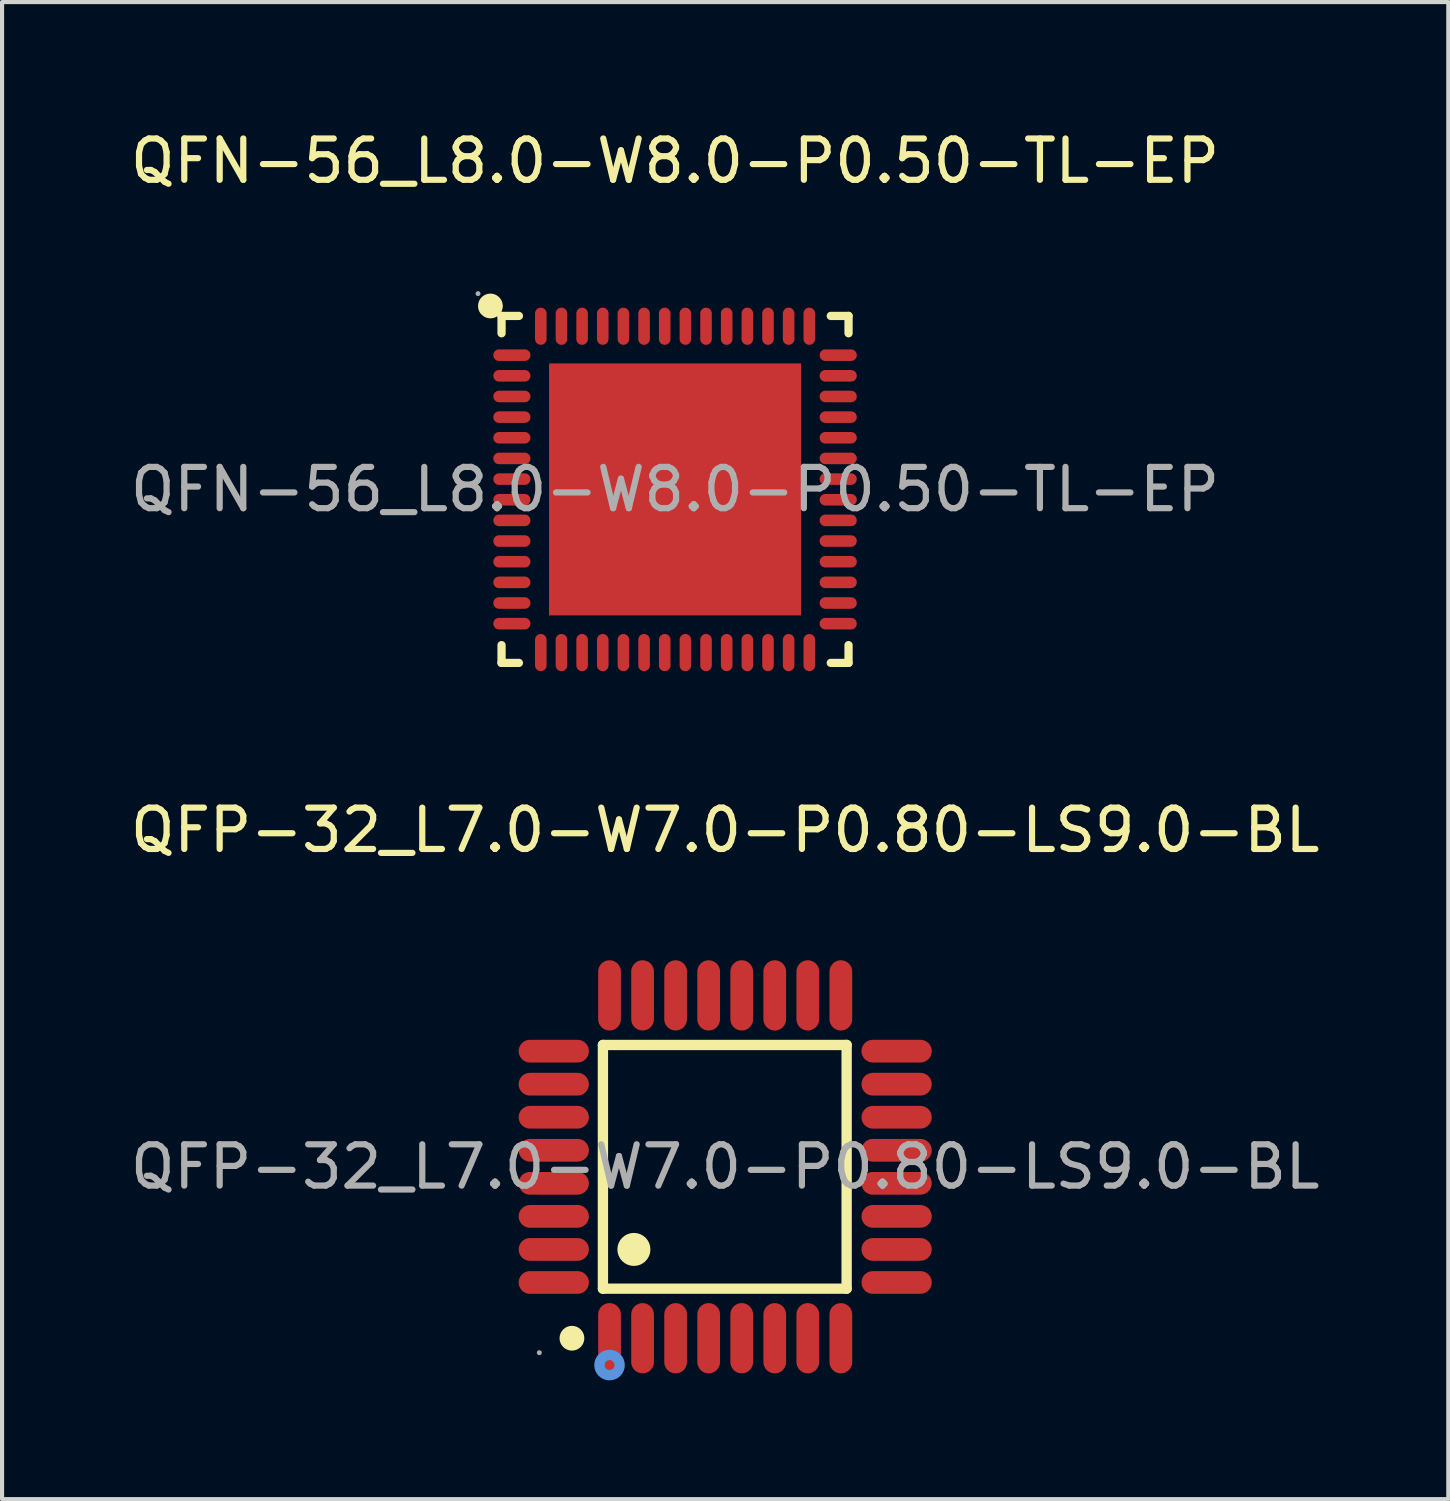
<source format=kicad_pcb>
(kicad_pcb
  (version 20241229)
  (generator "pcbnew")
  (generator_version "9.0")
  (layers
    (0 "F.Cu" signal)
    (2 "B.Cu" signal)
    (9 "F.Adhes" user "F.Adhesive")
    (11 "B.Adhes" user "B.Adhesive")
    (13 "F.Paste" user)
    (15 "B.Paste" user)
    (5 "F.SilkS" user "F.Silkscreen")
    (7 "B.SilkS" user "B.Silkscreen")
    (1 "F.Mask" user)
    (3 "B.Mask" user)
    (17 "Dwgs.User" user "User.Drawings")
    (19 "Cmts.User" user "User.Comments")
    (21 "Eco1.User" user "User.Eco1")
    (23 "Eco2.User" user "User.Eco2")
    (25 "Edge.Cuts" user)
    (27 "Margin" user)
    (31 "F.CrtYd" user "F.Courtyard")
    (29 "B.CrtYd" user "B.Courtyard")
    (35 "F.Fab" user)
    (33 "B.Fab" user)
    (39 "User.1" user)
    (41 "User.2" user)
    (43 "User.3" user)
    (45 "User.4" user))
  (footprint "QFN-56_L8.0-W8.0-P0.50-TL-EP"
    (layer "F.Cu")
    (at 13.292 8.798)
    (property "Reference" "QFN-56_L8.0-W8.0-P0.50-TL-EP" (at 0 -7.95 0) (layer "F.SilkS") (effects (font (size 1 1) (thickness 0.15))))
    (attr through_hole)
    (fp_line (start -4.2 -4.2) (end -3.78 -4.2) (stroke (width 0.2) (type solid)) (layer "F.SilkS"))
    (fp_line (start -4.2 -3.78) (end -4.2 -4.2) (stroke (width 0.2) (type solid)) (layer "F.SilkS"))
    (fp_line (start -4.2 3.77) (end -4.2 4.2) (stroke (width 0.2) (type solid)) (layer "F.SilkS"))
    (fp_line (start -4.2 4.2) (end -3.78 4.2) (stroke (width 0.2) (type solid)) (layer "F.SilkS"))
    (fp_line (start 3.77 4.2) (end 4.2 4.2) (stroke (width 0.2) (type solid)) (layer "F.SilkS"))
    (fp_line (start 4.2 -4.2) (end 3.77 -4.2) (stroke (width 0.2) (type solid)) (layer "F.SilkS"))
    (fp_line (start 4.2 -3.78) (end 4.2 -4.2) (stroke (width 0.2) (type solid)) (layer "F.SilkS"))
    (fp_line (start 4.2 4.2) (end 4.2 3.77) (stroke (width 0.2) (type solid)) (layer "F.SilkS"))
    (fp_arc (start -4.32 -4.44) (mid -4.619917 -4.435001) (end -4.320333 -4.449993) (stroke (width 0.3) (type solid)) (layer "F.SilkS"))
    (fp_circle (center -4.77 -4.74) (end -4.74 -4.74) (stroke (width 0.06) (type solid)) (fill no) (layer "F.Fab"))
    (fp_text user "${REFERENCE}" (at 0 0 0) (layer "F.Fab") (effects (font (size 1 1) (thickness 0.15))))
    (pad "1" smd oval (at -3.95 -3.25 90) (size 0.28 0.9) (layers "F.Cu" "F.Mask" "F.Paste"))
    (pad "2" smd oval (at -3.95 -2.75 90) (size 0.28 0.9) (layers "F.Cu" "F.Mask" "F.Paste"))
    (pad "3" smd oval (at -3.95 -2.25 90) (size 0.28 0.9) (layers "F.Cu" "F.Mask" "F.Paste"))
    (pad "4" smd oval (at -3.95 -1.75 90) (size 0.28 0.9) (layers "F.Cu" "F.Mask" "F.Paste"))
    (pad "5" smd oval (at -3.95 -1.25 90) (size 0.28 0.9) (layers "F.Cu" "F.Mask" "F.Paste"))
    (pad "6" smd oval (at -3.95 -0.75 90) (size 0.28 0.9) (layers "F.Cu" "F.Mask" "F.Paste"))
    (pad "7" smd oval (at -3.95 -0.25 90) (size 0.28 0.9) (layers "F.Cu" "F.Mask" "F.Paste"))
    (pad "8" smd oval (at -3.95 0.25 90) (size 0.28 0.9) (layers "F.Cu" "F.Mask" "F.Paste"))
    (pad "9" smd oval (at -3.95 0.75 90) (size 0.28 0.9) (layers "F.Cu" "F.Mask" "F.Paste"))
    (pad "10" smd oval (at -3.95 1.25 90) (size 0.28 0.9) (layers "F.Cu" "F.Mask" "F.Paste"))
    (pad "11" smd oval (at -3.95 1.75 90) (size 0.28 0.9) (layers "F.Cu" "F.Mask" "F.Paste"))
    (pad "12" smd oval (at -3.95 2.25 90) (size 0.28 0.9) (layers "F.Cu" "F.Mask" "F.Paste"))
    (pad "13" smd oval (at -3.95 2.75 90) (size 0.28 0.9) (layers "F.Cu" "F.Mask" "F.Paste"))
    (pad "14" smd oval (at -3.95 3.25 90) (size 0.28 0.9) (layers "F.Cu" "F.Mask" "F.Paste"))
    (pad "15" smd oval (at -3.25 3.95) (size 0.28 0.9) (layers "F.Cu" "F.Mask" "F.Paste"))
    (pad "16" smd oval (at -2.75 3.95) (size 0.28 0.9) (layers "F.Cu" "F.Mask" "F.Paste"))
    (pad "17" smd oval (at -2.25 3.95) (size 0.28 0.9) (layers "F.Cu" "F.Mask" "F.Paste"))
    (pad "18" smd oval (at -1.75 3.95) (size 0.28 0.9) (layers "F.Cu" "F.Mask" "F.Paste"))
    (pad "19" smd oval (at -1.25 3.95) (size 0.28 0.9) (layers "F.Cu" "F.Mask" "F.Paste"))
    (pad "20" smd oval (at -0.75 3.95) (size 0.28 0.9) (layers "F.Cu" "F.Mask" "F.Paste"))
    (pad "21" smd oval (at -0.25 3.95) (size 0.28 0.9) (layers "F.Cu" "F.Mask" "F.Paste"))
    (pad "22" smd oval (at 0.25 3.95) (size 0.28 0.9) (layers "F.Cu" "F.Mask" "F.Paste"))
    (pad "23" smd oval (at 0.75 3.95) (size 0.28 0.9) (layers "F.Cu" "F.Mask" "F.Paste"))
    (pad "24" smd oval (at 1.25 3.95) (size 0.28 0.9) (layers "F.Cu" "F.Mask" "F.Paste"))
    (pad "25" smd oval (at 1.75 3.95) (size 0.28 0.9) (layers "F.Cu" "F.Mask" "F.Paste"))
    (pad "26" smd oval (at 2.25 3.95) (size 0.28 0.9) (layers "F.Cu" "F.Mask" "F.Paste"))
    (pad "27" smd oval (at 2.75 3.95) (size 0.28 0.9) (layers "F.Cu" "F.Mask" "F.Paste"))
    (pad "28" smd oval (at 3.25 3.95) (size 0.28 0.9) (layers "F.Cu" "F.Mask" "F.Paste"))
    (pad "29" smd oval (at 3.95 3.25 90) (size 0.28 0.9) (layers "F.Cu" "F.Mask" "F.Paste"))
    (pad "30" smd oval (at 3.95 2.75 90) (size 0.28 0.9) (layers "F.Cu" "F.Mask" "F.Paste"))
    (pad "31" smd oval (at 3.95 2.25 90) (size 0.28 0.9) (layers "F.Cu" "F.Mask" "F.Paste"))
    (pad "32" smd oval (at 3.95 1.75 90) (size 0.28 0.9) (layers "F.Cu" "F.Mask" "F.Paste"))
    (pad "33" smd oval (at 3.95 1.25 90) (size 0.28 0.9) (layers "F.Cu" "F.Mask" "F.Paste"))
    (pad "34" smd oval (at 3.95 0.75 90) (size 0.28 0.9) (layers "F.Cu" "F.Mask" "F.Paste"))
    (pad "35" smd oval (at 3.95 0.25 90) (size 0.28 0.9) (layers "F.Cu" "F.Mask" "F.Paste"))
    (pad "36" smd oval (at 3.95 -0.25 90) (size 0.28 0.9) (layers "F.Cu" "F.Mask" "F.Paste"))
    (pad "37" smd oval (at 3.95 -0.75 90) (size 0.28 0.9) (layers "F.Cu" "F.Mask" "F.Paste"))
    (pad "38" smd oval (at 3.95 -1.25 90) (size 0.28 0.9) (layers "F.Cu" "F.Mask" "F.Paste"))
    (pad "39" smd oval (at 3.95 -1.75 90) (size 0.28 0.9) (layers "F.Cu" "F.Mask" "F.Paste"))
    (pad "40" smd oval (at 3.95 -2.25 90) (size 0.28 0.9) (layers "F.Cu" "F.Mask" "F.Paste"))
    (pad "41" smd oval (at 3.95 -2.75 90) (size 0.28 0.9) (layers "F.Cu" "F.Mask" "F.Paste"))
    (pad "42" smd oval (at 3.95 -3.25 90) (size 0.28 0.9) (layers "F.Cu" "F.Mask" "F.Paste"))
    (pad "43" smd oval (at 3.25 -3.95) (size 0.28 0.9) (layers "F.Cu" "F.Mask" "F.Paste"))
    (pad "44" smd oval (at 2.75 -3.95) (size 0.28 0.9) (layers "F.Cu" "F.Mask" "F.Paste"))
    (pad "45" smd oval (at 2.25 -3.95) (size 0.28 0.9) (layers "F.Cu" "F.Mask" "F.Paste"))
    (pad "46" smd oval (at 1.75 -3.95) (size 0.28 0.9) (layers "F.Cu" "F.Mask" "F.Paste"))
    (pad "47" smd oval (at 1.25 -3.95) (size 0.28 0.9) (layers "F.Cu" "F.Mask" "F.Paste"))
    (pad "48" smd oval (at 0.75 -3.95) (size 0.28 0.9) (layers "F.Cu" "F.Mask" "F.Paste"))
    (pad "49" smd oval (at 0.25 -3.95) (size 0.28 0.9) (layers "F.Cu" "F.Mask" "F.Paste"))
    (pad "50" smd oval (at -0.25 -3.95) (size 0.28 0.9) (layers "F.Cu" "F.Mask" "F.Paste"))
    (pad "51" smd oval (at -0.75 -3.95) (size 0.28 0.9) (layers "F.Cu" "F.Mask" "F.Paste"))
    (pad "52" smd oval (at -1.25 -3.95) (size 0.28 0.9) (layers "F.Cu" "F.Mask" "F.Paste"))
    (pad "53" smd oval (at -1.75 -3.95) (size 0.28 0.9) (layers "F.Cu" "F.Mask" "F.Paste"))
    (pad "54" smd oval (at -2.25 -3.95) (size 0.28 0.9) (layers "F.Cu" "F.Mask" "F.Paste"))
    (pad "55" smd oval (at -2.75 -3.95) (size 0.28 0.9) (layers "F.Cu" "F.Mask" "F.Paste"))
    (pad "56" smd oval (at -3.25 -3.95) (size 0.28 0.9) (layers "F.Cu" "F.Mask" "F.Paste"))
    (pad "57" smd rect (at 0 0) (size 6.1 6.1) (layers "F.Cu" "F.Mask" "F.Paste")))
  (footprint "QFP-32_L7.0-W7.0-P0.80-LS9.0-BL"
    (layer "F.Cu")
    (at 14.506 25.197)
    (property "Reference" "QFP-32_L7.0-W7.0-P0.80-LS9.0-BL" (at 0 -8.15 0) (layer "F.SilkS") (effects (font (size 1 1) (thickness 0.15))))
    (attr through_hole)
    (fp_line (start -2.96 -2.95) (end -2.96 2.95) (stroke (width 0.25) (type solid)) (layer "F.SilkS"))
    (fp_line (start -2.96 2.95) (end 2.94 2.95) (stroke (width 0.25) (type solid)) (layer "F.SilkS"))
    (fp_line (start 2.94 -2.95) (end -2.96 -2.95) (stroke (width 0.25) (type solid)) (layer "F.SilkS"))
    (fp_line (start 2.94 2.95) (end 2.94 -2.95) (stroke (width 0.25) (type solid)) (layer "F.SilkS"))
    (fp_arc (start -3.71 4.15) (mid -3.71 4.15) (end -3.71 4.15) (stroke (width 0.3) (type solid)) (layer "F.SilkS"))
    (fp_arc (start -2.21 2) (mid -2.21 2) (end -2.21 2) (stroke (width 0.4) (type solid)) (layer "F.SilkS"))
    (fp_circle (center -2.8 4.8) (end -2.68 4.8) (stroke (width 0.25) (type solid)) (fill no) (layer "Cmts.User"))
    (fp_circle (center -4.5 4.5) (end -4.47 4.5) (stroke (width 0.06) (type solid)) (fill no) (layer "F.Fab"))
    (fp_text user "${REFERENCE}" (at 0 0 0) (layer "F.Fab") (effects (font (size 1 1) (thickness 0.15))))
    (pad "1" smd oval (at -2.8 4.15 180) (size 0.55 1.7) (layers "F.Cu" "F.Mask" "F.Paste"))
    (pad "2" smd oval (at -2 4.15 180) (size 0.55 1.7) (layers "F.Cu" "F.Mask" "F.Paste"))
    (pad "3" smd oval (at -1.2 4.15 180) (size 0.55 1.7) (layers "F.Cu" "F.Mask" "F.Paste"))
    (pad "4" smd oval (at -0.4 4.15 180) (size 0.55 1.7) (layers "F.Cu" "F.Mask" "F.Paste"))
    (pad "5" smd oval (at 0.4 4.15 180) (size 0.55 1.7) (layers "F.Cu" "F.Mask" "F.Paste"))
    (pad "6" smd oval (at 1.2 4.15 180) (size 0.55 1.7) (layers "F.Cu" "F.Mask" "F.Paste"))
    (pad "7" smd oval (at 2 4.15 180) (size 0.55 1.7) (layers "F.Cu" "F.Mask" "F.Paste"))
    (pad "8" smd oval (at 2.8 4.15 180) (size 0.55 1.7) (layers "F.Cu" "F.Mask" "F.Paste"))
    (pad "9" smd oval (at 4.15 2.8 90) (size 0.55 1.7) (layers "F.Cu" "F.Mask" "F.Paste"))
    (pad "10" smd oval (at 4.15 2 90) (size 0.55 1.7) (layers "F.Cu" "F.Mask" "F.Paste"))
    (pad "11" smd oval (at 4.15 1.2 90) (size 0.55 1.7) (layers "F.Cu" "F.Mask" "F.Paste"))
    (pad "12" smd oval (at 4.15 0.4 90) (size 0.55 1.7) (layers "F.Cu" "F.Mask" "F.Paste"))
    (pad "13" smd oval (at 4.15 -0.4 90) (size 0.55 1.7) (layers "F.Cu" "F.Mask" "F.Paste"))
    (pad "14" smd oval (at 4.15 -1.2 90) (size 0.55 1.7) (layers "F.Cu" "F.Mask" "F.Paste"))
    (pad "15" smd oval (at 4.15 -2 90) (size 0.55 1.7) (layers "F.Cu" "F.Mask" "F.Paste"))
    (pad "16" smd oval (at 4.15 -2.8 90) (size 0.55 1.7) (layers "F.Cu" "F.Mask" "F.Paste"))
    (pad "17" smd oval (at 2.8 -4.15 180) (size 0.55 1.7) (layers "F.Cu" "F.Mask" "F.Paste"))
    (pad "18" smd oval (at 2 -4.15 180) (size 0.55 1.7) (layers "F.Cu" "F.Mask" "F.Paste"))
    (pad "19" smd oval (at 1.2 -4.15 180) (size 0.55 1.7) (layers "F.Cu" "F.Mask" "F.Paste"))
    (pad "20" smd oval (at 0.4 -4.15 180) (size 0.55 1.7) (layers "F.Cu" "F.Mask" "F.Paste"))
    (pad "21" smd oval (at -0.4 -4.15 180) (size 0.55 1.7) (layers "F.Cu" "F.Mask" "F.Paste"))
    (pad "22" smd oval (at -1.2 -4.15 180) (size 0.55 1.7) (layers "F.Cu" "F.Mask" "F.Paste"))
    (pad "23" smd oval (at -2 -4.15 180) (size 0.55 1.7) (layers "F.Cu" "F.Mask" "F.Paste"))
    (pad "24" smd oval (at -2.8 -4.15 180) (size 0.55 1.7) (layers "F.Cu" "F.Mask" "F.Paste"))
    (pad "25" smd oval (at -4.15 -2.8 90) (size 0.55 1.7) (layers "F.Cu" "F.Mask" "F.Paste"))
    (pad "26" smd oval (at -4.15 -2 90) (size 0.55 1.7) (layers "F.Cu" "F.Mask" "F.Paste"))
    (pad "27" smd oval (at -4.15 -1.2 90) (size 0.55 1.7) (layers "F.Cu" "F.Mask" "F.Paste"))
    (pad "28" smd oval (at -4.15 -0.4 90) (size 0.55 1.7) (layers "F.Cu" "F.Mask" "F.Paste"))
    (pad "29" smd oval (at -4.15 0.4 90) (size 0.55 1.7) (layers "F.Cu" "F.Mask" "F.Paste"))
    (pad "30" smd oval (at -4.15 1.2 90) (size 0.55 1.7) (layers "F.Cu" "F.Mask" "F.Paste"))
    (pad "31" smd oval (at -4.15 2 90) (size 0.55 1.7) (layers "F.Cu" "F.Mask" "F.Paste"))
    (pad "32" smd oval (at -4.15 2.8 90) (size 0.55 1.7) (layers "F.Cu" "F.Mask" "F.Paste")))
  (gr_rect
    (start -3 -3)
    (end 32.012 33.242)
    (stroke (width 0.1) (type default))
    (fill no)
    (layer "Edge.Cuts")))
</source>
